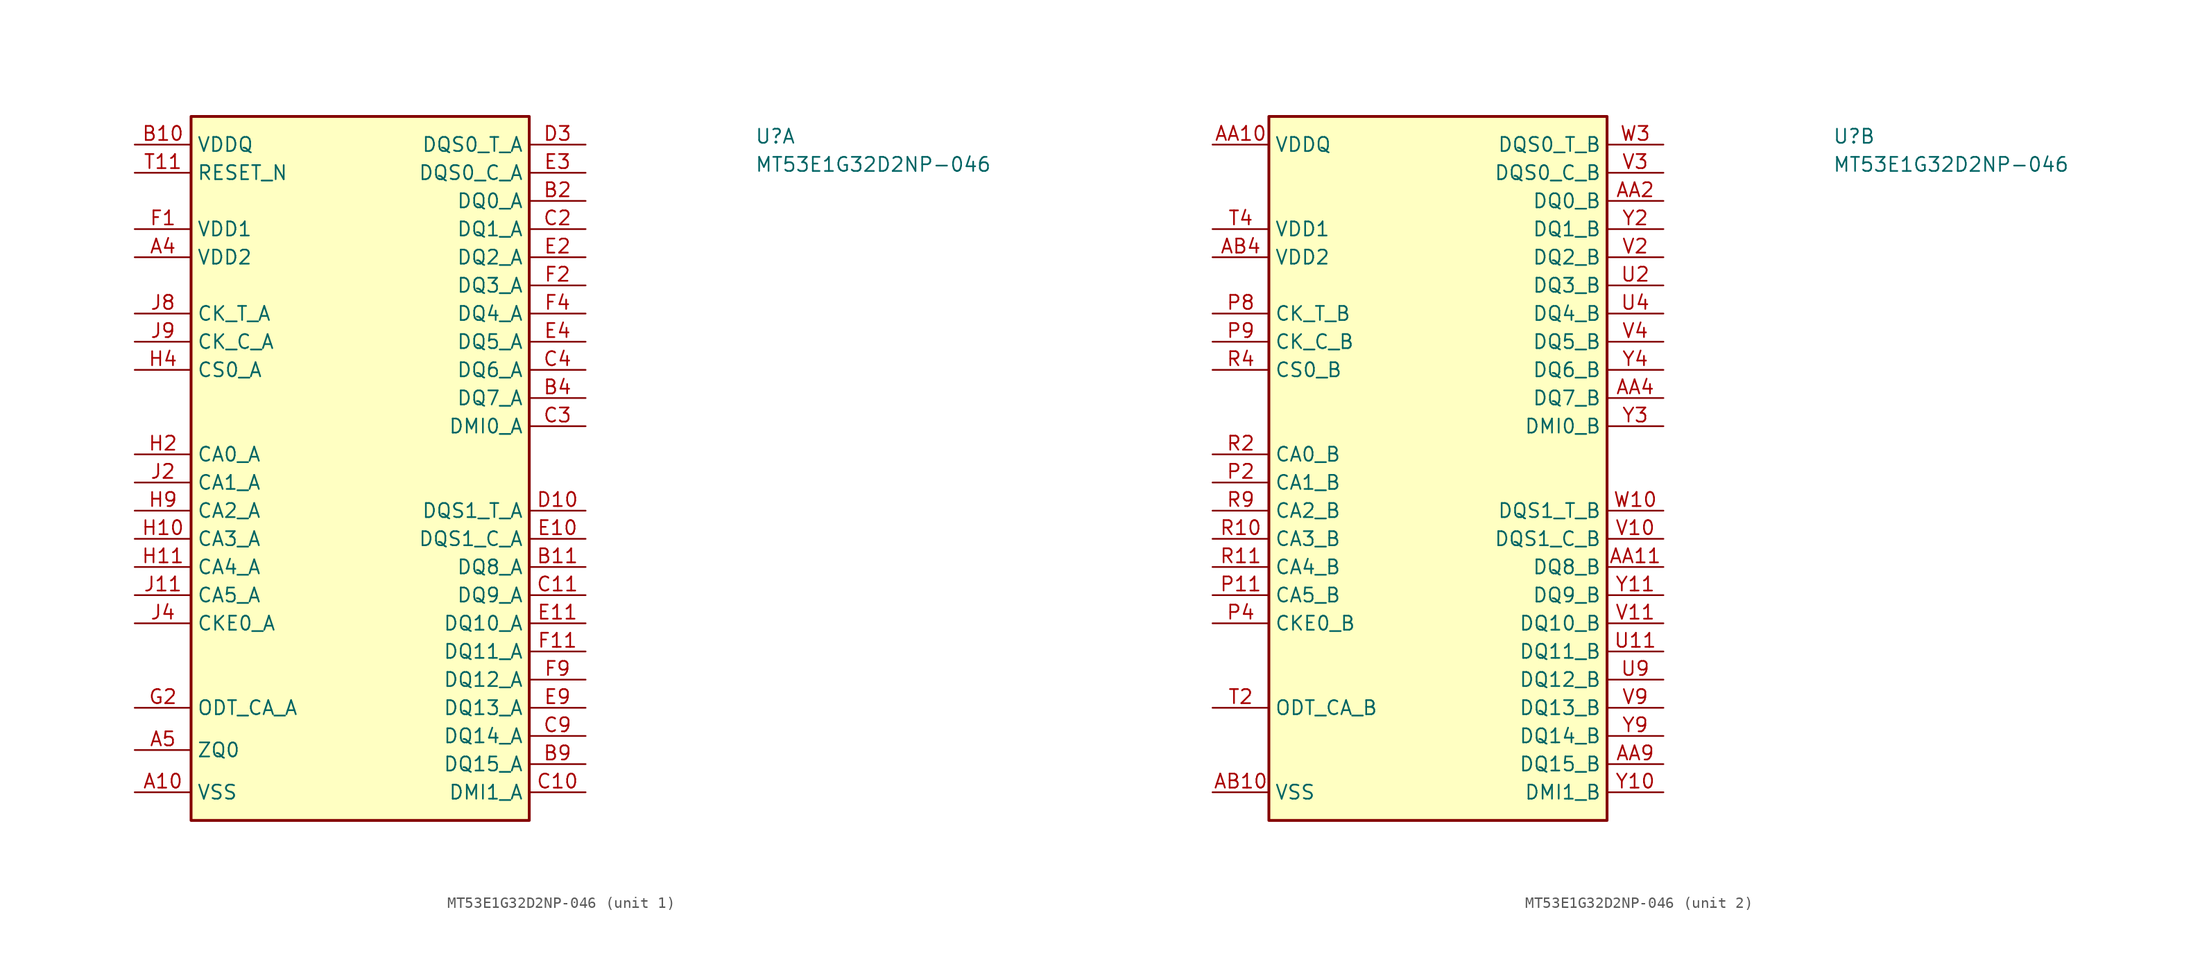
<source format=kicad_sym>
(kicad_symbol_lib
  (version 20211014)
  (generator kicad_symbol_editor)
  (symbol "MT53E1G32D2NP-046"
    (property "Reference" "U"
      (at 55.88 0 0)
      (effects (font (size 1.27 1.27) (thickness 0.15)) (justify left bottom)))
    (property "Value" "MT53E1G32D2NP-046"
      (at 55.88 -2.54 0)
      (effects (font (size 1.27 1.27) (thickness 0.15)) (justify left bottom)))
    (property "ki_locked" ""
      (at 0 0 0)
      (effects (font (size 1.27 1.27))))
    (symbol "MT53E1G32D2NP-046_1_1"
      (rectangle (start 5.08 2.54) (end 35.56 -60.96) (stroke (width 0.254) (type default) (color 0 0 0 0)) (fill (type background)))
      (pin no_connect line (at 17.78 -60.96 90) (length 5.08) hide (name "DNU" (effects (font (size 1.27 1.27)))) (number "A1" (effects (font (size 1.27 1.27)))))
      (pin power_in line (at 0 -58.42 0) (length 5.08) (name "VSS" (effects (font (size 1.27 1.27)))) (number "A10" (effects (font (size 1.27 1.27)))))
      (pin no_connect line (at 20.32 -60.96 90) (length 5.08) hide (name "DNU" (effects (font (size 1.27 1.27)))) (number "A11" (effects (font (size 1.27 1.27)))))
      (pin no_connect line (at 22.86 -60.96 90) (length 5.08) hide (name "DNU" (effects (font (size 1.27 1.27)))) (number "A12" (effects (font (size 1.27 1.27)))))
      (pin no_connect line (at 5.08 -22.86 0) (length 5.08) hide (name "DNU" (effects (font (size 1.27 1.27)))) (number "A2" (effects (font (size 1.27 1.27)))))
      (pin passive line (at 0 -58.42 0) (length 5.08) hide (name "VSS" (effects (font (size 1.27 1.27)))) (number "A3" (effects (font (size 1.27 1.27)))))
      (pin power_in line (at 0 -10.16 0) (length 5.08) (name "VDD2" (effects (font (size 1.27 1.27)))) (number "A4" (effects (font (size 1.27 1.27)))))
      (pin input line (at 0 -54.61 0) (length 5.08) (name "ZQ0" (effects (font (size 1.27 1.27)))) (number "A5" (effects (font (size 1.27 1.27)))))
      (pin passive line (at 0 -10.16 0) (length 5.08) hide (name "VDD2" (effects (font (size 1.27 1.27)))) (number "A9" (effects (font (size 1.27 1.27)))))
      (pin no_connect line (at 5.08 -45.72 0) (length 5.08) hide (name "DNU" (effects (font (size 1.27 1.27)))) (number "B1" (effects (font (size 1.27 1.27)))))
      (pin power_in line (at 0 0 0) (length 5.08) (name "VDDQ" (effects (font (size 1.27 1.27)))) (number "B10" (effects (font (size 1.27 1.27)))))
      (pin bidirectional line (at 40.64 -38.1 180) (length 5.08) (name "DQ8_A" (effects (font (size 1.27 1.27)))) (number "B11" (effects (font (size 1.27 1.27)))))
      (pin no_connect line (at 5.08 -25.4 0) (length 5.08) hide (name "DNU" (effects (font (size 1.27 1.27)))) (number "B12" (effects (font (size 1.27 1.27)))))
      (pin bidirectional line (at 40.64 -5.08 180) (length 5.08) (name "DQ0_A" (effects (font (size 1.27 1.27)))) (number "B2" (effects (font (size 1.27 1.27)))))
      (pin passive line (at 0 0 0) (length 5.08) hide (name "VDDQ" (effects (font (size 1.27 1.27)))) (number "B3" (effects (font (size 1.27 1.27)))))
      (pin bidirectional line (at 40.64 -22.86 180) (length 5.08) (name "DQ7_A" (effects (font (size 1.27 1.27)))) (number "B4" (effects (font (size 1.27 1.27)))))
      (pin passive line (at 0 0 0) (length 5.08) hide (name "VDDQ" (effects (font (size 1.27 1.27)))) (number "B5" (effects (font (size 1.27 1.27)))))
      (pin passive line (at 0 0 0) (length 5.08) hide (name "VDDQ" (effects (font (size 1.27 1.27)))) (number "B8" (effects (font (size 1.27 1.27)))))
      (pin bidirectional line (at 40.64 -55.88 180) (length 5.08) (name "DQ15_A" (effects (font (size 1.27 1.27)))) (number "B9" (effects (font (size 1.27 1.27)))))
      (pin passive line (at 0 -58.42 0) (length 5.08) hide (name "VSS" (effects (font (size 1.27 1.27)))) (number "C1" (effects (font (size 1.27 1.27)))))
      (pin bidirectional line (at 40.64 -58.42 180) (length 5.08) (name "DMI1_A" (effects (font (size 1.27 1.27)))) (number "C10" (effects (font (size 1.27 1.27)))))
      (pin bidirectional line (at 40.64 -40.64 180) (length 5.08) (name "DQ9_A" (effects (font (size 1.27 1.27)))) (number "C11" (effects (font (size 1.27 1.27)))))
      (pin passive line (at 0 -58.42 0) (length 5.08) hide (name "VSS" (effects (font (size 1.27 1.27)))) (number "C12" (effects (font (size 1.27 1.27)))))
      (pin bidirectional line (at 40.64 -7.62 180) (length 5.08) (name "DQ1_A" (effects (font (size 1.27 1.27)))) (number "C2" (effects (font (size 1.27 1.27)))))
      (pin bidirectional line (at 40.64 -25.4 180) (length 5.08) (name "DMI0_A" (effects (font (size 1.27 1.27)))) (number "C3" (effects (font (size 1.27 1.27)))))
      (pin bidirectional line (at 40.64 -20.32 180) (length 5.08) (name "DQ6_A" (effects (font (size 1.27 1.27)))) (number "C4" (effects (font (size 1.27 1.27)))))
      (pin passive line (at 0 -58.42 0) (length 5.08) hide (name "VSS" (effects (font (size 1.27 1.27)))) (number "C5" (effects (font (size 1.27 1.27)))))
      (pin passive line (at 0 -58.42 0) (length 5.08) hide (name "VSS" (effects (font (size 1.27 1.27)))) (number "C8" (effects (font (size 1.27 1.27)))))
      (pin bidirectional line (at 40.64 -53.34 180) (length 5.08) (name "DQ14_A" (effects (font (size 1.27 1.27)))) (number "C9" (effects (font (size 1.27 1.27)))))
      (pin passive line (at 0 0 0) (length 5.08) hide (name "VDDQ" (effects (font (size 1.27 1.27)))) (number "D1" (effects (font (size 1.27 1.27)))))
      (pin bidirectional line (at 40.64 -33.02 180) (length 5.08) (name "DQS1_T_A" (effects (font (size 1.27 1.27)))) (number "D10" (effects (font (size 1.27 1.27)))))
      (pin passive line (at 0 -58.42 0) (length 5.08) hide (name "VSS" (effects (font (size 1.27 1.27)))) (number "D11" (effects (font (size 1.27 1.27)))))
      (pin passive line (at 0 0 0) (length 5.08) hide (name "VDDQ" (effects (font (size 1.27 1.27)))) (number "D12" (effects (font (size 1.27 1.27)))))
      (pin passive line (at 0 -58.42 0) (length 5.08) hide (name "VSS" (effects (font (size 1.27 1.27)))) (number "D2" (effects (font (size 1.27 1.27)))))
      (pin bidirectional line (at 40.64 0 180) (length 5.08) (name "DQS0_T_A" (effects (font (size 1.27 1.27)))) (number "D3" (effects (font (size 1.27 1.27)))))
      (pin passive line (at 0 -58.42 0) (length 5.08) hide (name "VSS" (effects (font (size 1.27 1.27)))) (number "D4" (effects (font (size 1.27 1.27)))))
      (pin passive line (at 0 0 0) (length 5.08) hide (name "VDDQ" (effects (font (size 1.27 1.27)))) (number "D5" (effects (font (size 1.27 1.27)))))
      (pin passive line (at 0 0 0) (length 5.08) hide (name "VDDQ" (effects (font (size 1.27 1.27)))) (number "D8" (effects (font (size 1.27 1.27)))))
      (pin passive line (at 0 -58.42 0) (length 5.08) hide (name "VSS" (effects (font (size 1.27 1.27)))) (number "D9" (effects (font (size 1.27 1.27)))))
      (pin passive line (at 0 -58.42 0) (length 5.08) hide (name "VSS" (effects (font (size 1.27 1.27)))) (number "E1" (effects (font (size 1.27 1.27)))))
      (pin bidirectional line (at 40.64 -35.56 180) (length 5.08) (name "DQS1_C_A" (effects (font (size 1.27 1.27)))) (number "E10" (effects (font (size 1.27 1.27)))))
      (pin bidirectional line (at 40.64 -43.18 180) (length 5.08) (name "DQ10_A" (effects (font (size 1.27 1.27)))) (number "E11" (effects (font (size 1.27 1.27)))))
      (pin passive line (at 0 -58.42 0) (length 5.08) hide (name "VSS" (effects (font (size 1.27 1.27)))) (number "E12" (effects (font (size 1.27 1.27)))))
      (pin bidirectional line (at 40.64 -10.16 180) (length 5.08) (name "DQ2_A" (effects (font (size 1.27 1.27)))) (number "E2" (effects (font (size 1.27 1.27)))))
      (pin bidirectional line (at 40.64 -2.54 180) (length 5.08) (name "DQS0_C_A" (effects (font (size 1.27 1.27)))) (number "E3" (effects (font (size 1.27 1.27)))))
      (pin bidirectional line (at 40.64 -17.78 180) (length 5.08) (name "DQ5_A" (effects (font (size 1.27 1.27)))) (number "E4" (effects (font (size 1.27 1.27)))))
      (pin passive line (at 0 -58.42 0) (length 5.08) hide (name "VSS" (effects (font (size 1.27 1.27)))) (number "E5" (effects (font (size 1.27 1.27)))))
      (pin passive line (at 0 -58.42 0) (length 5.08) hide (name "VSS" (effects (font (size 1.27 1.27)))) (number "E8" (effects (font (size 1.27 1.27)))))
      (pin bidirectional line (at 40.64 -50.8 180) (length 5.08) (name "DQ13_A" (effects (font (size 1.27 1.27)))) (number "E9" (effects (font (size 1.27 1.27)))))
      (pin power_in line (at 0 -7.62 0) (length 5.08) (name "VDD1" (effects (font (size 1.27 1.27)))) (number "F1" (effects (font (size 1.27 1.27)))))
      (pin passive line (at 0 0 0) (length 5.08) hide (name "VDDQ" (effects (font (size 1.27 1.27)))) (number "F10" (effects (font (size 1.27 1.27)))))
      (pin bidirectional line (at 40.64 -45.72 180) (length 5.08) (name "DQ11_A" (effects (font (size 1.27 1.27)))) (number "F11" (effects (font (size 1.27 1.27)))))
      (pin passive line (at 0 -7.62 0) (length 5.08) hide (name "VDD1" (effects (font (size 1.27 1.27)))) (number "F12" (effects (font (size 1.27 1.27)))))
      (pin bidirectional line (at 40.64 -12.7 180) (length 5.08) (name "DQ3_A" (effects (font (size 1.27 1.27)))) (number "F2" (effects (font (size 1.27 1.27)))))
      (pin passive line (at 0 0 0) (length 5.08) hide (name "VDDQ" (effects (font (size 1.27 1.27)))) (number "F3" (effects (font (size 1.27 1.27)))))
      (pin bidirectional line (at 40.64 -15.24 180) (length 5.08) (name "DQ4_A" (effects (font (size 1.27 1.27)))) (number "F4" (effects (font (size 1.27 1.27)))))
      (pin passive line (at 0 -10.16 0) (length 5.08) hide (name "VDD2" (effects (font (size 1.27 1.27)))) (number "F5" (effects (font (size 1.27 1.27)))))
      (pin passive line (at 0 -10.16 0) (length 5.08) hide (name "VDD2" (effects (font (size 1.27 1.27)))) (number "F8" (effects (font (size 1.27 1.27)))))
      (pin bidirectional line (at 40.64 -48.26 180) (length 5.08) (name "DQ12_A" (effects (font (size 1.27 1.27)))) (number "F9" (effects (font (size 1.27 1.27)))))
      (pin passive line (at 0 -58.42 0) (length 5.08) hide (name "VSS" (effects (font (size 1.27 1.27)))) (number "G1" (effects (font (size 1.27 1.27)))))
      (pin passive line (at 0 -58.42 0) (length 5.08) hide (name "VSS" (effects (font (size 1.27 1.27)))) (number "G10" (effects (font (size 1.27 1.27)))))
      (pin passive line (at 0 -58.42 0) (length 5.08) hide (name "VSS" (effects (font (size 1.27 1.27)))) (number "G12" (effects (font (size 1.27 1.27)))))
      (pin input line (at 0 -50.8 0) (length 5.08) (name "ODT_CA_A" (effects (font (size 1.27 1.27)))) (number "G2" (effects (font (size 1.27 1.27)))))
      (pin passive line (at 0 -58.42 0) (length 5.08) hide (name "VSS" (effects (font (size 1.27 1.27)))) (number "G3" (effects (font (size 1.27 1.27)))))
      (pin passive line (at 0 -7.62 0) (length 5.08) hide (name "VDD1" (effects (font (size 1.27 1.27)))) (number "G4" (effects (font (size 1.27 1.27)))))
      (pin passive line (at 0 -58.42 0) (length 5.08) hide (name "VSS" (effects (font (size 1.27 1.27)))) (number "G5" (effects (font (size 1.27 1.27)))))
      (pin passive line (at 0 -58.42 0) (length 5.08) hide (name "VSS" (effects (font (size 1.27 1.27)))) (number "G8" (effects (font (size 1.27 1.27)))))
      (pin passive line (at 0 -7.62 0) (length 5.08) hide (name "VDD1" (effects (font (size 1.27 1.27)))) (number "G9" (effects (font (size 1.27 1.27)))))
      (pin passive line (at 0 -10.16 0) (length 5.08) hide (name "VDD2" (effects (font (size 1.27 1.27)))) (number "H1" (effects (font (size 1.27 1.27)))))
      (pin input line (at 0 -35.56 0) (length 5.08) (name "CA3_A" (effects (font (size 1.27 1.27)))) (number "H10" (effects (font (size 1.27 1.27)))))
      (pin input line (at 0 -38.1 0) (length 5.08) (name "CA4_A" (effects (font (size 1.27 1.27)))) (number "H11" (effects (font (size 1.27 1.27)))))
      (pin passive line (at 0 -10.16 0) (length 5.08) hide (name "VDD2" (effects (font (size 1.27 1.27)))) (number "H12" (effects (font (size 1.27 1.27)))))
      (pin input line (at 0 -27.94 0) (length 5.08) (name "CA0_A" (effects (font (size 1.27 1.27)))) (number "H2" (effects (font (size 1.27 1.27)))))
      (pin no_connect line (at 5.08 -48.26 0) (length 5.08) hide (name "NC" (effects (font (size 1.27 1.27)))) (number "H3" (effects (font (size 1.27 1.27)))))
      (pin input line (at 0 -20.32 0) (length 5.08) (name "CS0_A" (effects (font (size 1.27 1.27)))) (number "H4" (effects (font (size 1.27 1.27)))))
      (pin passive line (at 0 -10.16 0) (length 5.08) hide (name "VDD2" (effects (font (size 1.27 1.27)))) (number "H5" (effects (font (size 1.27 1.27)))))
      (pin passive line (at 0 -10.16 0) (length 5.08) hide (name "VDD2" (effects (font (size 1.27 1.27)))) (number "H8" (effects (font (size 1.27 1.27)))))
      (pin input line (at 0 -33.02 0) (length 5.08) (name "CA2_A" (effects (font (size 1.27 1.27)))) (number "H9" (effects (font (size 1.27 1.27)))))
      (pin passive line (at 0 -58.42 0) (length 5.08) hide (name "VSS" (effects (font (size 1.27 1.27)))) (number "J1" (effects (font (size 1.27 1.27)))))
      (pin passive line (at 0 -58.42 0) (length 5.08) hide (name "VSS" (effects (font (size 1.27 1.27)))) (number "J10" (effects (font (size 1.27 1.27)))))
      (pin input line (at 0 -40.64 0) (length 5.08) (name "CA5_A" (effects (font (size 1.27 1.27)))) (number "J11" (effects (font (size 1.27 1.27)))))
      (pin passive line (at 0 -58.42 0) (length 5.08) hide (name "VSS" (effects (font (size 1.27 1.27)))) (number "J12" (effects (font (size 1.27 1.27)))))
      (pin input line (at 0 -30.48 0) (length 5.08) (name "CA1_A" (effects (font (size 1.27 1.27)))) (number "J2" (effects (font (size 1.27 1.27)))))
      (pin passive line (at 0 -58.42 0) (length 5.08) hide (name "VSS" (effects (font (size 1.27 1.27)))) (number "J3" (effects (font (size 1.27 1.27)))))
      (pin input line (at 0 -43.18 0) (length 5.08) (name "CKE0_A" (effects (font (size 1.27 1.27)))) (number "J4" (effects (font (size 1.27 1.27)))))
      (pin no_connect line (at 15.24 -60.96 90) (length 5.08) hide (name "NC" (effects (font (size 1.27 1.27)))) (number "J5" (effects (font (size 1.27 1.27)))))
      (pin input line (at 0 -15.24 0) (length 5.08) (name "CK_T_A" (effects (font (size 1.27 1.27)))) (number "J8" (effects (font (size 1.27 1.27)))))
      (pin input line (at 0 -17.78 0) (length 5.08) (name "CK_C_A" (effects (font (size 1.27 1.27)))) (number "J9" (effects (font (size 1.27 1.27)))))
      (pin passive line (at 0 -10.16 0) (length 5.08) hide (name "VDD2" (effects (font (size 1.27 1.27)))) (number "K1" (effects (font (size 1.27 1.27)))))
      (pin passive line (at 0 -10.16 0) (length 5.08) hide (name "VDD2" (effects (font (size 1.27 1.27)))) (number "K10" (effects (font (size 1.27 1.27)))))
      (pin passive line (at 0 -58.42 0) (length 5.08) hide (name "VSS" (effects (font (size 1.27 1.27)))) (number "K11" (effects (font (size 1.27 1.27)))))
      (pin passive line (at 0 -10.16 0) (length 5.08) hide (name "VDD2" (effects (font (size 1.27 1.27)))) (number "K12" (effects (font (size 1.27 1.27)))))
      (pin passive line (at 0 -58.42 0) (length 5.08) hide (name "VSS" (effects (font (size 1.27 1.27)))) (number "K2" (effects (font (size 1.27 1.27)))))
      (pin passive line (at 0 -10.16 0) (length 5.08) hide (name "VDD2" (effects (font (size 1.27 1.27)))) (number "K3" (effects (font (size 1.27 1.27)))))
      (pin passive line (at 0 -58.42 0) (length 5.08) hide (name "VSS" (effects (font (size 1.27 1.27)))) (number "K4" (effects (font (size 1.27 1.27)))))
      (pin no_connect line (at 12.7 -60.96 90) (length 5.08) hide (name "NC" (effects (font (size 1.27 1.27)))) (number "K5" (effects (font (size 1.27 1.27)))))
      (pin no_connect line (at 35.56 -29.21 180) (length 5.08) hide (name "NC" (effects (font (size 1.27 1.27)))) (number "K8" (effects (font (size 1.27 1.27)))))
      (pin passive line (at 0 -58.42 0) (length 5.08) hide (name "VSS" (effects (font (size 1.27 1.27)))) (number "K9" (effects (font (size 1.27 1.27)))))
      (pin input line (at 0 -2.54 0) (length 5.08) (name "RESET_N" (effects (font (size 1.27 1.27)))) (number "T11" (effects (font (size 1.27 1.27))))))
    (symbol "MT53E1G32D2NP-046_2_1"
      (rectangle (start 5.08 2.54) (end 35.56 -60.96) (stroke (width 0.254) (type default) (color 0 0 0 0)) (fill (type background)))
      (pin no_connect line (at 5.08 -22.86 0) (length 5.08) hide (name "NC" (effects (font (size 1.27 1.27)))) (number "A8" (effects (font (size 1.27 1.27)))))
      (pin no_connect line (at 35.56 -26.035 180) (length 5.08) hide (name "DNU" (effects (font (size 1.27 1.27)))) (number "AA1" (effects (font (size 1.27 1.27)))))
      (pin power_in line (at 0 0 0) (length 5.08) (name "VDDQ" (effects (font (size 1.27 1.27)))) (number "AA10" (effects (font (size 1.27 1.27)))))
      (pin bidirectional line (at 40.64 -38.1 180) (length 5.08) (name "DQ8_B" (effects (font (size 1.27 1.27)))) (number "AA11" (effects (font (size 1.27 1.27)))))
      (pin no_connect line (at 35.56 -27.305 180) (length 5.08) hide (name "DNU" (effects (font (size 1.27 1.27)))) (number "AA12" (effects (font (size 1.27 1.27)))))
      (pin bidirectional line (at 40.64 -5.08 180) (length 5.08) (name "DQ0_B" (effects (font (size 1.27 1.27)))) (number "AA2" (effects (font (size 1.27 1.27)))))
      (pin passive line (at 0 0 0) (length 5.08) hide (name "VDDQ" (effects (font (size 1.27 1.27)))) (number "AA3" (effects (font (size 1.27 1.27)))))
      (pin bidirectional line (at 40.64 -22.86 180) (length 5.08) (name "DQ7_B" (effects (font (size 1.27 1.27)))) (number "AA4" (effects (font (size 1.27 1.27)))))
      (pin passive line (at 0 0 0) (length 5.08) hide (name "VDDQ" (effects (font (size 1.27 1.27)))) (number "AA5" (effects (font (size 1.27 1.27)))))
      (pin passive line (at 0 0 0) (length 5.08) hide (name "VDDQ" (effects (font (size 1.27 1.27)))) (number "AA8" (effects (font (size 1.27 1.27)))))
      (pin bidirectional line (at 40.64 -55.88 180) (length 5.08) (name "DQ15_B" (effects (font (size 1.27 1.27)))) (number "AA9" (effects (font (size 1.27 1.27)))))
      (pin no_connect line (at 35.56 -28.575 180) (length 5.08) hide (name "DNU" (effects (font (size 1.27 1.27)))) (number "AB1" (effects (font (size 1.27 1.27)))))
      (pin power_in line (at 0 -58.42 0) (length 5.08) (name "VSS" (effects (font (size 1.27 1.27)))) (number "AB10" (effects (font (size 1.27 1.27)))))
      (pin no_connect line (at 35.56 -29.845 180) (length 5.08) hide (name "DNU" (effects (font (size 1.27 1.27)))) (number "AB11" (effects (font (size 1.27 1.27)))))
      (pin no_connect line (at 35.56 -31.115 180) (length 5.08) hide (name "DNU" (effects (font (size 1.27 1.27)))) (number "AB12" (effects (font (size 1.27 1.27)))))
      (pin no_connect line (at 35.56 -32.385 180) (length 5.08) hide (name "DNU" (effects (font (size 1.27 1.27)))) (number "AB2" (effects (font (size 1.27 1.27)))))
      (pin passive line (at 0 -58.42 0) (length 5.08) hide (name "VSS" (effects (font (size 1.27 1.27)))) (number "AB3" (effects (font (size 1.27 1.27)))))
      (pin power_in line (at 0 -10.16 0) (length 5.08) (name "VDD2" (effects (font (size 1.27 1.27)))) (number "AB4" (effects (font (size 1.27 1.27)))))
      (pin passive line (at 0 -58.42 0) (length 5.08) hide (name "VSS" (effects (font (size 1.27 1.27)))) (number "AB5" (effects (font (size 1.27 1.27)))))
      (pin passive line (at 0 -58.42 0) (length 5.08) hide (name "VSS" (effects (font (size 1.27 1.27)))) (number "AB8" (effects (font (size 1.27 1.27)))))
      (pin passive line (at 0 -10.16 0) (length 5.08) hide (name "VDD2" (effects (font (size 1.27 1.27)))) (number "AB9" (effects (font (size 1.27 1.27)))))
      (pin no_connect line (at 5.08 -25.4 0) (length 5.08) hide (name "NC" (effects (font (size 1.27 1.27)))) (number "G11" (effects (font (size 1.27 1.27)))))
      (pin passive line (at 0 -10.16 0) (length 5.08) hide (name "VDD2" (effects (font (size 1.27 1.27)))) (number "N1" (effects (font (size 1.27 1.27)))))
      (pin passive line (at 0 -10.16 0) (length 5.08) hide (name "VDD2" (effects (font (size 1.27 1.27)))) (number "N10" (effects (font (size 1.27 1.27)))))
      (pin passive line (at 0 -58.42 0) (length 5.08) hide (name "VSS" (effects (font (size 1.27 1.27)))) (number "N11" (effects (font (size 1.27 1.27)))))
      (pin passive line (at 0 -10.16 0) (length 5.08) hide (name "VDD2" (effects (font (size 1.27 1.27)))) (number "N12" (effects (font (size 1.27 1.27)))))
      (pin passive line (at 0 -58.42 0) (length 5.08) hide (name "VSS" (effects (font (size 1.27 1.27)))) (number "N2" (effects (font (size 1.27 1.27)))))
      (pin passive line (at 0 -10.16 0) (length 5.08) hide (name "VDD2" (effects (font (size 1.27 1.27)))) (number "N3" (effects (font (size 1.27 1.27)))))
      (pin passive line (at 0 -58.42 0) (length 5.08) hide (name "VSS" (effects (font (size 1.27 1.27)))) (number "N4" (effects (font (size 1.27 1.27)))))
      (pin no_connect line (at 5.08 -55.88 0) (length 5.08) hide (name "NC" (effects (font (size 1.27 1.27)))) (number "N5" (effects (font (size 1.27 1.27)))))
      (pin no_connect line (at 5.08 -48.26 0) (length 5.08) hide (name "NC" (effects (font (size 1.27 1.27)))) (number "N8" (effects (font (size 1.27 1.27)))))
      (pin passive line (at 0 -58.42 0) (length 5.08) hide (name "VSS" (effects (font (size 1.27 1.27)))) (number "N9" (effects (font (size 1.27 1.27)))))
      (pin passive line (at 0 -58.42 0) (length 5.08) hide (name "VSS" (effects (font (size 1.27 1.27)))) (number "P1" (effects (font (size 1.27 1.27)))))
      (pin passive line (at 0 -58.42 0) (length 5.08) hide (name "VSS" (effects (font (size 1.27 1.27)))) (number "P10" (effects (font (size 1.27 1.27)))))
      (pin input line (at 0 -40.64 0) (length 5.08) (name "CA5_B" (effects (font (size 1.27 1.27)))) (number "P11" (effects (font (size 1.27 1.27)))))
      (pin passive line (at 0 -58.42 0) (length 5.08) hide (name "VSS" (effects (font (size 1.27 1.27)))) (number "P12" (effects (font (size 1.27 1.27)))))
      (pin input line (at 0 -30.48 0) (length 5.08) (name "CA1_B" (effects (font (size 1.27 1.27)))) (number "P2" (effects (font (size 1.27 1.27)))))
      (pin passive line (at 0 -58.42 0) (length 5.08) hide (name "VSS" (effects (font (size 1.27 1.27)))) (number "P3" (effects (font (size 1.27 1.27)))))
      (pin input line (at 0 -43.18 0) (length 5.08) (name "CKE0_B" (effects (font (size 1.27 1.27)))) (number "P4" (effects (font (size 1.27 1.27)))))
      (pin no_connect line (at 5.08 -45.72 0) (length 5.08) hide (name "NC" (effects (font (size 1.27 1.27)))) (number "P5" (effects (font (size 1.27 1.27)))))
      (pin input line (at 0 -15.24 0) (length 5.08) (name "CK_T_B" (effects (font (size 1.27 1.27)))) (number "P8" (effects (font (size 1.27 1.27)))))
      (pin input line (at 0 -17.78 0) (length 5.08) (name "CK_C_B" (effects (font (size 1.27 1.27)))) (number "P9" (effects (font (size 1.27 1.27)))))
      (pin passive line (at 0 -10.16 0) (length 5.08) hide (name "VDD2" (effects (font (size 1.27 1.27)))) (number "R1" (effects (font (size 1.27 1.27)))))
      (pin input line (at 0 -35.56 0) (length 5.08) (name "CA3_B" (effects (font (size 1.27 1.27)))) (number "R10" (effects (font (size 1.27 1.27)))))
      (pin input line (at 0 -38.1 0) (length 5.08) (name "CA4_B" (effects (font (size 1.27 1.27)))) (number "R11" (effects (font (size 1.27 1.27)))))
      (pin passive line (at 0 -10.16 0) (length 5.08) hide (name "VDD2" (effects (font (size 1.27 1.27)))) (number "R12" (effects (font (size 1.27 1.27)))))
      (pin input line (at 0 -27.94 0) (length 5.08) (name "CA0_B" (effects (font (size 1.27 1.27)))) (number "R2" (effects (font (size 1.27 1.27)))))
      (pin no_connect line (at 5.08 -53.34 0) (length 5.08) hide (name "NC" (effects (font (size 1.27 1.27)))) (number "R3" (effects (font (size 1.27 1.27)))))
      (pin input line (at 0 -20.32 0) (length 5.08) (name "CS0_B" (effects (font (size 1.27 1.27)))) (number "R4" (effects (font (size 1.27 1.27)))))
      (pin passive line (at 0 -10.16 0) (length 5.08) hide (name "VDD2" (effects (font (size 1.27 1.27)))) (number "R5" (effects (font (size 1.27 1.27)))))
      (pin passive line (at 0 -10.16 0) (length 5.08) hide (name "VDD2" (effects (font (size 1.27 1.27)))) (number "R8" (effects (font (size 1.27 1.27)))))
      (pin input line (at 0 -33.02 0) (length 5.08) (name "CA2_B" (effects (font (size 1.27 1.27)))) (number "R9" (effects (font (size 1.27 1.27)))))
      (pin passive line (at 0 -58.42 0) (length 5.08) hide (name "VSS" (effects (font (size 1.27 1.27)))) (number "T1" (effects (font (size 1.27 1.27)))))
      (pin passive line (at 0 -58.42 0) (length 5.08) hide (name "VSS" (effects (font (size 1.27 1.27)))) (number "T10" (effects (font (size 1.27 1.27)))))
      (pin passive line (at 0 -58.42 0) (length 5.08) hide (name "VSS" (effects (font (size 1.27 1.27)))) (number "T12" (effects (font (size 1.27 1.27)))))
      (pin input line (at 0 -50.8 0) (length 5.08) (name "ODT_CA_B" (effects (font (size 1.27 1.27)))) (number "T2" (effects (font (size 1.27 1.27)))))
      (pin passive line (at 0 -58.42 0) (length 5.08) hide (name "VSS" (effects (font (size 1.27 1.27)))) (number "T3" (effects (font (size 1.27 1.27)))))
      (pin power_in line (at 0 -7.62 0) (length 5.08) (name "VDD1" (effects (font (size 1.27 1.27)))) (number "T4" (effects (font (size 1.27 1.27)))))
      (pin passive line (at 0 -58.42 0) (length 5.08) hide (name "VSS" (effects (font (size 1.27 1.27)))) (number "T5" (effects (font (size 1.27 1.27)))))
      (pin passive line (at 0 -58.42 0) (length 5.08) hide (name "VSS" (effects (font (size 1.27 1.27)))) (number "T8" (effects (font (size 1.27 1.27)))))
      (pin passive line (at 0 -7.62 0) (length 5.08) hide (name "VDD1" (effects (font (size 1.27 1.27)))) (number "T9" (effects (font (size 1.27 1.27)))))
      (pin passive line (at 0 -7.62 0) (length 5.08) hide (name "VDD1" (effects (font (size 1.27 1.27)))) (number "U1" (effects (font (size 1.27 1.27)))))
      (pin passive line (at 0 0 0) (length 5.08) hide (name "VDDQ" (effects (font (size 1.27 1.27)))) (number "U10" (effects (font (size 1.27 1.27)))))
      (pin bidirectional line (at 40.64 -45.72 180) (length 5.08) (name "DQ11_B" (effects (font (size 1.27 1.27)))) (number "U11" (effects (font (size 1.27 1.27)))))
      (pin passive line (at 0 -7.62 0) (length 5.08) hide (name "VDD1" (effects (font (size 1.27 1.27)))) (number "U12" (effects (font (size 1.27 1.27)))))
      (pin bidirectional line (at 40.64 -12.7 180) (length 5.08) (name "DQ3_B" (effects (font (size 1.27 1.27)))) (number "U2" (effects (font (size 1.27 1.27)))))
      (pin passive line (at 0 0 0) (length 5.08) hide (name "VDDQ" (effects (font (size 1.27 1.27)))) (number "U3" (effects (font (size 1.27 1.27)))))
      (pin bidirectional line (at 40.64 -15.24 180) (length 5.08) (name "DQ4_B" (effects (font (size 1.27 1.27)))) (number "U4" (effects (font (size 1.27 1.27)))))
      (pin passive line (at 0 -10.16 0) (length 5.08) hide (name "VDD2" (effects (font (size 1.27 1.27)))) (number "U5" (effects (font (size 1.27 1.27)))))
      (pin passive line (at 0 -10.16 0) (length 5.08) hide (name "VDD2" (effects (font (size 1.27 1.27)))) (number "U8" (effects (font (size 1.27 1.27)))))
      (pin bidirectional line (at 40.64 -48.26 180) (length 5.08) (name "DQ12_B" (effects (font (size 1.27 1.27)))) (number "U9" (effects (font (size 1.27 1.27)))))
      (pin passive line (at 0 -58.42 0) (length 5.08) hide (name "VSS" (effects (font (size 1.27 1.27)))) (number "V1" (effects (font (size 1.27 1.27)))))
      (pin bidirectional line (at 40.64 -35.56 180) (length 5.08) (name "DQS1_C_B" (effects (font (size 1.27 1.27)))) (number "V10" (effects (font (size 1.27 1.27)))))
      (pin bidirectional line (at 40.64 -43.18 180) (length 5.08) (name "DQ10_B" (effects (font (size 1.27 1.27)))) (number "V11" (effects (font (size 1.27 1.27)))))
      (pin passive line (at 0 -58.42 0) (length 5.08) hide (name "VSS" (effects (font (size 1.27 1.27)))) (number "V12" (effects (font (size 1.27 1.27)))))
      (pin bidirectional line (at 40.64 -10.16 180) (length 5.08) (name "DQ2_B" (effects (font (size 1.27 1.27)))) (number "V2" (effects (font (size 1.27 1.27)))))
      (pin bidirectional line (at 40.64 -2.54 180) (length 5.08) (name "DQS0_C_B" (effects (font (size 1.27 1.27)))) (number "V3" (effects (font (size 1.27 1.27)))))
      (pin bidirectional line (at 40.64 -17.78 180) (length 5.08) (name "DQ5_B" (effects (font (size 1.27 1.27)))) (number "V4" (effects (font (size 1.27 1.27)))))
      (pin passive line (at 0 -58.42 0) (length 5.08) hide (name "VSS" (effects (font (size 1.27 1.27)))) (number "V5" (effects (font (size 1.27 1.27)))))
      (pin passive line (at 0 -58.42 0) (length 5.08) hide (name "VSS" (effects (font (size 1.27 1.27)))) (number "V8" (effects (font (size 1.27 1.27)))))
      (pin bidirectional line (at 40.64 -50.8 180) (length 5.08) (name "DQ13_B" (effects (font (size 1.27 1.27)))) (number "V9" (effects (font (size 1.27 1.27)))))
      (pin passive line (at 0 0 0) (length 5.08) hide (name "VDDQ" (effects (font (size 1.27 1.27)))) (number "W1" (effects (font (size 1.27 1.27)))))
      (pin bidirectional line (at 40.64 -33.02 180) (length 5.08) (name "DQS1_T_B" (effects (font (size 1.27 1.27)))) (number "W10" (effects (font (size 1.27 1.27)))))
      (pin passive line (at 0 -58.42 0) (length 5.08) hide (name "VSS" (effects (font (size 1.27 1.27)))) (number "W11" (effects (font (size 1.27 1.27)))))
      (pin passive line (at 0 0 0) (length 5.08) hide (name "VDDQ" (effects (font (size 1.27 1.27)))) (number "W12" (effects (font (size 1.27 1.27)))))
      (pin passive line (at 0 -58.42 0) (length 5.08) hide (name "VSS" (effects (font (size 1.27 1.27)))) (number "W2" (effects (font (size 1.27 1.27)))))
      (pin bidirectional line (at 40.64 0 180) (length 5.08) (name "DQS0_T_B" (effects (font (size 1.27 1.27)))) (number "W3" (effects (font (size 1.27 1.27)))))
      (pin passive line (at 0 -58.42 0) (length 5.08) hide (name "VSS" (effects (font (size 1.27 1.27)))) (number "W4" (effects (font (size 1.27 1.27)))))
      (pin passive line (at 0 0 0) (length 5.08) hide (name "VDDQ" (effects (font (size 1.27 1.27)))) (number "W5" (effects (font (size 1.27 1.27)))))
      (pin passive line (at 0 0 0) (length 5.08) hide (name "VDDQ" (effects (font (size 1.27 1.27)))) (number "W8" (effects (font (size 1.27 1.27)))))
      (pin passive line (at 0 -58.42 0) (length 5.08) hide (name "VSS" (effects (font (size 1.27 1.27)))) (number "W9" (effects (font (size 1.27 1.27)))))
      (pin passive line (at 0 -58.42 0) (length 5.08) hide (name "VSS" (effects (font (size 1.27 1.27)))) (number "Y1" (effects (font (size 1.27 1.27)))))
      (pin bidirectional line (at 40.64 -58.42 180) (length 5.08) (name "DMI1_B" (effects (font (size 1.27 1.27)))) (number "Y10" (effects (font (size 1.27 1.27)))))
      (pin bidirectional line (at 40.64 -40.64 180) (length 5.08) (name "DQ9_B" (effects (font (size 1.27 1.27)))) (number "Y11" (effects (font (size 1.27 1.27)))))
      (pin passive line (at 0 -58.42 0) (length 5.08) hide (name "VSS" (effects (font (size 1.27 1.27)))) (number "Y12" (effects (font (size 1.27 1.27)))))
      (pin bidirectional line (at 40.64 -7.62 180) (length 5.08) (name "DQ1_B" (effects (font (size 1.27 1.27)))) (number "Y2" (effects (font (size 1.27 1.27)))))
      (pin bidirectional line (at 40.64 -25.4 180) (length 5.08) (name "DMI0_B" (effects (font (size 1.27 1.27)))) (number "Y3" (effects (font (size 1.27 1.27)))))
      (pin bidirectional line (at 40.64 -20.32 180) (length 5.08) (name "DQ6_B" (effects (font (size 1.27 1.27)))) (number "Y4" (effects (font (size 1.27 1.27)))))
      (pin passive line (at 0 -58.42 0) (length 5.08) hide (name "VSS" (effects (font (size 1.27 1.27)))) (number "Y5" (effects (font (size 1.27 1.27)))))
      (pin passive line (at 0 -58.42 0) (length 5.08) hide (name "VSS" (effects (font (size 1.27 1.27)))) (number "Y8" (effects (font (size 1.27 1.27)))))
      (pin bidirectional line (at 40.64 -53.34 180) (length 5.08) (name "DQ14_B" (effects (font (size 1.27 1.27)))) (number "Y9" (effects (font (size 1.27 1.27))))))))
</source>
